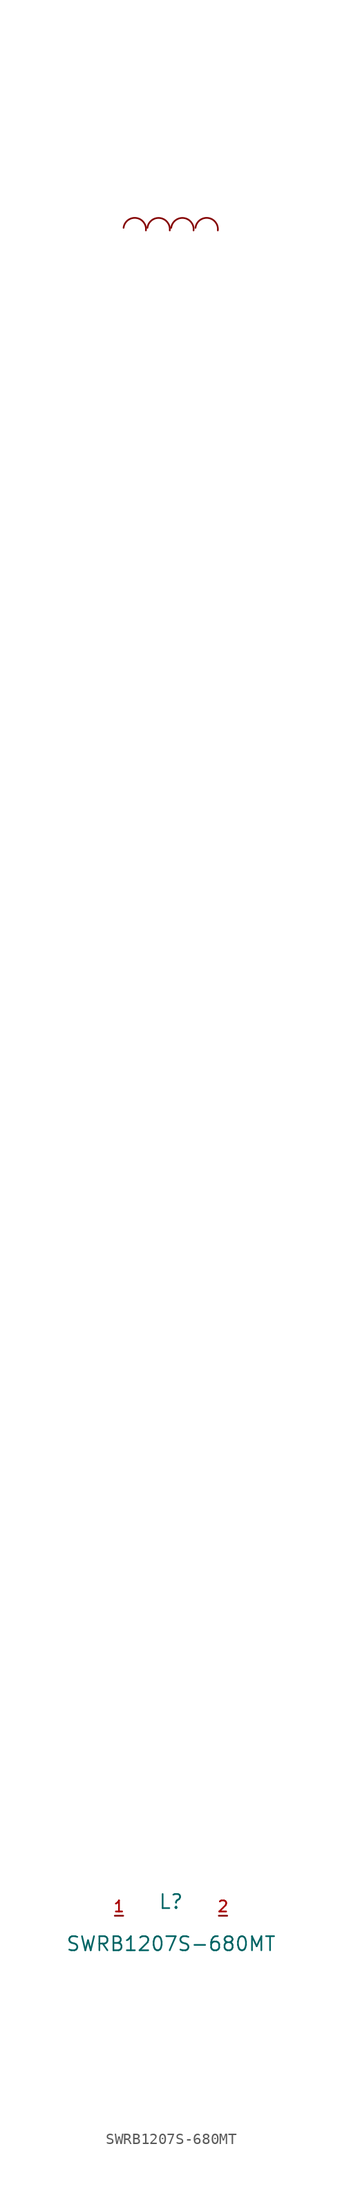
<source format=kicad_sym>
(kicad_symbol_lib
  (version 20220914)
  (generator kicad_symbol_editor)
  (symbol "SWRB1207S-680MT"
    (pin_names hide)
    (property "Reference" "L"
      (at 0 1.27 0)
      (effects (font (size 1.27 1.27))))
    (property "Value" "SWRB1207S-680MT"
      (at 0 -2.54 0)
      (effects (font (size 1.27 1.27))))
    (symbol "SWRB1207S-680MT_0_1"
      (pin unspecified line (at 5.08 -0.0 180) (length 0.762) (name "2" (effects (font (size 1 1)))) (number "2" (effects (font (size 1 1)))))
      (pin unspecified line (at -5.08 -0.0 0) (length 0.762) (name "1" (effects (font (size 1 1)))) (number "1" (effects (font (size 1 1)))))
      (arc (start -2.2675798317689098 152.26577474375057) (mid -3.1589675383294846 153.39269454626879) (end -4.285887329344515 152.50130682516553) (stroke (width 0) (type default) (color 0 0 0 0)) (fill (type none)))
      (arc (start -0.11289020511819081 152.26516817215807) (mid -1.0043096562459306 153.39206286199257) (end -2.131204336687783 152.50064339899106) (stroke (width 0) (type default) (color 0 0 0 0)) (fill (type none)))
      (arc (start 2.037732096126408 152.26516817215807) (mid 1.146312644998668 153.39206286199257) (end 0.019417964556815614 152.50064339899106) (stroke (width 0) (type default) (color 0 0 0 0)) (fill (type none)))
      (arc (start 4.230518481699189 152.26567617317409) (mid 3.339099030571449 153.3925708630086) (end 2.2122043501295967 152.50115140000707) (stroke (width 0) (type default) (color 0 0 0 0)) (fill (type none))))))
</source>
